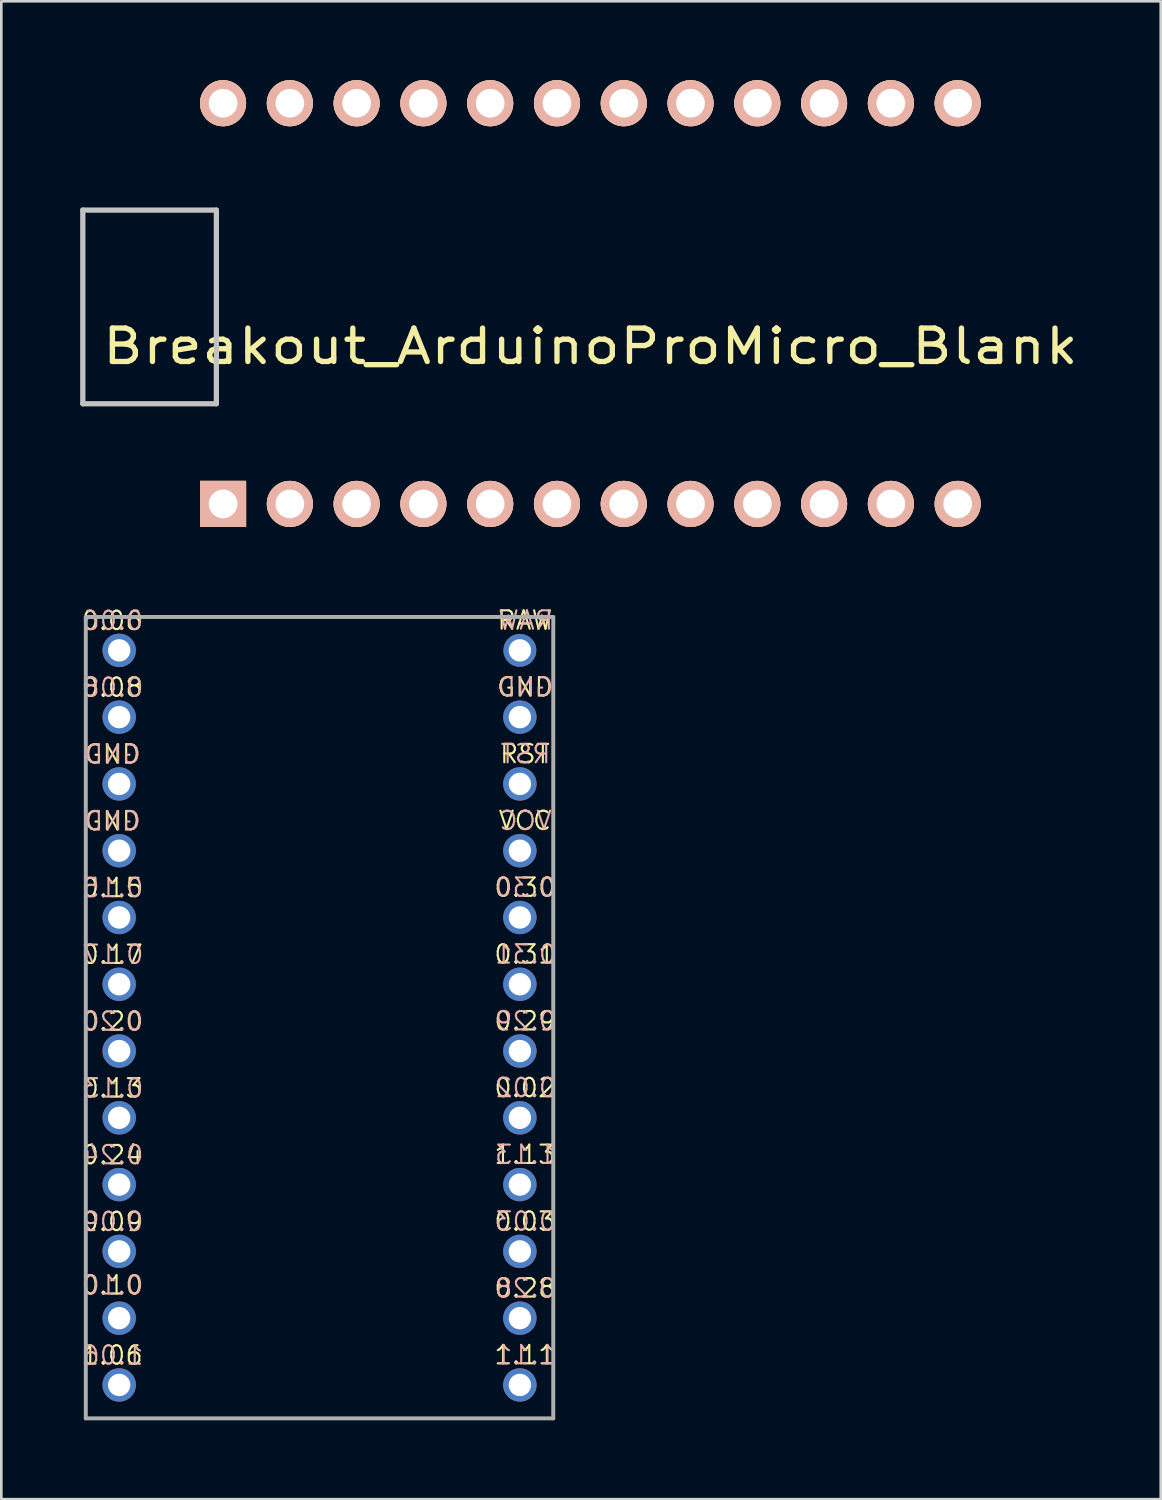
<source format=kicad_pcb>
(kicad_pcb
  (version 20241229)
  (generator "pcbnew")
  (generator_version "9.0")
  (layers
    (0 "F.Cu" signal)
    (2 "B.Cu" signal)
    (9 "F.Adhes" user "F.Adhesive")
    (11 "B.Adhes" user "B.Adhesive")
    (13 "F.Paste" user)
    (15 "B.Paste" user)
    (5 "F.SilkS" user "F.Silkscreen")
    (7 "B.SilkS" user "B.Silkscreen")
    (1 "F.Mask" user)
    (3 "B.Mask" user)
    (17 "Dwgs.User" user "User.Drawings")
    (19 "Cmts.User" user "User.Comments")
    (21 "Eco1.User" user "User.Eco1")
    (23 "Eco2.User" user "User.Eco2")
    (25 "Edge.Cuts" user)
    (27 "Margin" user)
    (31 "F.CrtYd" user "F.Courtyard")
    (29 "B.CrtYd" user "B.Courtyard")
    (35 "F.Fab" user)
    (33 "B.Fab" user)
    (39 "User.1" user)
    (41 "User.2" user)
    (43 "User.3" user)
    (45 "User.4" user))
  (footprint "Breakout_ArduinoProMicro_Small"
    (layer "F.Cu")
    (at 9.103 35.656)
    (property "Reference" "Breakout_ArduinoProMicro_Small" (at 0 11.303 0) (layer "Eco1.User") (effects (font (size 0.7 0.7) (thickness 0.08))))
    (attr through_hole)
    (fp_line (start -8.89 -15.24) (end 8.89 -15.24) (stroke (width 0.15) (type solid)) (layer "F.Fab"))
    (fp_line (start -8.89 15.24) (end -8.89 -15.24) (stroke (width 0.15) (type solid)) (layer "F.Fab"))
    (fp_line (start 8.89 -15.24) (end 8.89 15.24) (stroke (width 0.15) (type solid)) (layer "F.Fab"))
    (fp_line (start 8.89 15.24) (end -8.89 15.24) (stroke (width 0.15) (type solid)) (layer "F.Fab"))
    (fp_text user "1.13" (at 7.811 5.207 0) (layer "F.SilkS") (effects (font (size 0.7 0.7) (thickness 0.08))))
    (fp_text user "GND" (at 7.811 -12.573 0) (layer "F.SilkS") (effects (font (size 0.7 0.7) (thickness 0.08))))
    (fp_text user "0.02" (at 7.811 2.667 0) (layer "F.SilkS") (effects (font (size 0.7 0.7) (thickness 0.08))))
    (fp_text user "0.30" (at 7.811 -4.953 0) (layer "F.SilkS") (effects (font (size 0.7 0.7) (thickness 0.08))))
    (fp_text user "0.17" (at -7.887 -2.4 0) (layer "F.SilkS") (effects (font (size 0.7 0.7) (thickness 0.08))))
    (fp_text user "0.03" (at 7.811 7.747 180) (layer "F.SilkS") (effects (font (size 0.7 0.7) (thickness 0.08))))
    (fp_text user "1.06" (at -7.887 12.84 0) (layer "F.SilkS") (effects (font (size 0.7 0.7) (thickness 0.08))))
    (fp_text user "0.24" (at -7.887 5.22 180) (layer "F.SilkS") (effects (font (size 0.7 0.7) (thickness 0.08))))
    (fp_text user "0.29" (at 7.811 0.127 0) (layer "F.SilkS") (effects (font (size 0.7 0.7) (thickness 0.08))))
    (fp_text user "GND" (at -7.887 -7.48 180) (layer "F.SilkS") (effects (font (size 0.7 0.7) (thickness 0.08))))
    (fp_text user "0.28" (at 7.811 10.287 0) (layer "F.SilkS") (effects (font (size 0.7 0.7) (thickness 0.08))))
    (fp_text user "0.20" (at -7.887 0.14 180) (layer "F.SilkS") (effects (font (size 0.7 0.7) (thickness 0.08))))
    (fp_text user "0.06" (at -7.887 -15.1 0) (layer "F.SilkS") (effects (font (size 0.7 0.7) (thickness 0.08))))
    (fp_text user "0.13" (at -7.887 2.68 0) (layer "F.SilkS") (effects (font (size 0.7 0.7) (thickness 0.08))))
    (fp_text user "0.08" (at -7.887 -12.56 180) (layer "F.SilkS") (effects (font (size 0.7 0.7) (thickness 0.08))))
    (fp_text user "0.31" (at 7.811 -2.413 0) (layer "F.SilkS") (effects (font (size 0.7 0.7) (thickness 0.08))))
    (fp_text user "GND" (at -7.887 -10.02 180) (layer "F.SilkS") (effects (font (size 0.7 0.7) (thickness 0.08))))
    (fp_text user "RAW" (at 7.811 -15.113 0) (layer "F.SilkS") (effects (font (size 0.7 0.7) (thickness 0.08))))
    (fp_text user "0.10" (at -7.887 10.173 180) (layer "F.SilkS") (effects (font (size 0.7 0.7) (thickness 0.08))))
    (fp_text user "1.11" (at 7.811 12.827 0) (layer "F.SilkS") (effects (font (size 0.7 0.7) (thickness 0.08))))
    (fp_text user "VCC" (at 7.811 -7.493 0) (layer "F.SilkS") (effects (font (size 0.7 0.7) (thickness 0.08))))
    (fp_text user "RST" (at 7.811 -10.033 180) (layer "F.SilkS") (effects (font (size 0.7 0.7) (thickness 0.08))))
    (fp_text user "0.15" (at -7.887 -4.94 180) (layer "F.SilkS") (effects (font (size 0.7 0.7) (thickness 0.08))))
    (fp_text user "0.09" (at -7.887 7.76 0) (layer "F.SilkS") (effects (font (size 0.7 0.7) (thickness 0.08))))
    (fp_text user "0.17" (at -7.861 -2.4 0) (layer "B.SilkS") (effects (font (size 0.7 0.7) (thickness 0.08)) (justify mirror)))
    (fp_text user "1.06" (at -7.861 12.84 0) (layer "B.SilkS") (effects (font (size 0.7 0.7) (thickness 0.08)) (justify mirror)))
    (fp_text user "0.03" (at 7.838 7.747 180) (layer "B.SilkS") (effects (font (size 0.7 0.7) (thickness 0.08)) (justify mirror)))
    (fp_text user "0.20" (at -7.861 0.14 180) (layer "B.SilkS") (effects (font (size 0.7 0.7) (thickness 0.08)) (justify mirror)))
    (fp_text user "RST" (at 7.838 -10.033 180) (layer "B.SilkS") (effects (font (size 0.7 0.7) (thickness 0.08)) (justify mirror)))
    (fp_text user "0.29" (at 7.838 0.127 0) (layer "B.SilkS") (effects (font (size 0.7 0.7) (thickness 0.08)) (justify mirror)))
    (fp_text user "0.30" (at 7.838 -4.953 0) (layer "B.SilkS") (effects (font (size 0.7 0.7) (thickness 0.08)) (justify mirror)))
    (fp_text user "0.08" (at -7.861 -12.56 180) (layer "B.SilkS") (effects (font (size 0.7 0.7) (thickness 0.08)) (justify mirror)))
    (fp_text user "0.13" (at -7.861 2.68 0) (layer "B.SilkS") (effects (font (size 0.7 0.7) (thickness 0.08)) (justify mirror)))
    (fp_text user "GND" (at -7.861 -10.02 180) (layer "B.SilkS") (effects (font (size 0.7 0.7) (thickness 0.08)) (justify mirror)))
    (fp_text user "0.24" (at -7.861 5.22 180) (layer "B.SilkS") (effects (font (size 0.7 0.7) (thickness 0.08)) (justify mirror)))
    (fp_text user "0.28" (at 7.838 10.287 0) (layer "B.SilkS") (effects (font (size 0.7 0.7) (thickness 0.08)) (justify mirror)))
    (fp_text user "VCC" (at 7.838 -7.493 0) (layer "B.SilkS") (effects (font (size 0.7 0.7) (thickness 0.08)) (justify mirror)))
    (fp_text user "0.10" (at -7.861 10.173 180) (layer "B.SilkS") (effects (font (size 0.7 0.7) (thickness 0.08)) (justify mirror)))
    (fp_text user "RAW" (at 7.838 -15.113 0) (layer "B.SilkS") (effects (font (size 0.7 0.7) (thickness 0.08)) (justify mirror)))
    (fp_text user "0.31" (at 7.838 -2.413 0) (layer "B.SilkS") (effects (font (size 0.7 0.7) (thickness 0.08)) (justify mirror)))
    (fp_text user "1.11" (at 7.838 12.827 0) (layer "B.SilkS") (effects (font (size 0.7 0.7) (thickness 0.08)) (justify mirror)))
    (fp_text user "0.09" (at -7.861 7.76 0) (layer "B.SilkS") (effects (font (size 0.7 0.7) (thickness 0.08)) (justify mirror)))
    (fp_text user "0.02" (at 7.838 2.667 0) (layer "B.SilkS") (effects (font (size 0.7 0.7) (thickness 0.08)) (justify mirror)))
    (fp_text user "0.15" (at -7.861 -4.94 180) (layer "B.SilkS") (effects (font (size 0.7 0.7) (thickness 0.08)) (justify mirror)))
    (fp_text user "1.13" (at 7.838 5.207 0) (layer "B.SilkS") (effects (font (size 0.7 0.7) (thickness 0.08)) (justify mirror)))
    (fp_text user "0.06" (at -7.861 -15.1 0) (layer "B.SilkS") (effects (font (size 0.7 0.7) (thickness 0.08)) (justify mirror)))
    (fp_text user "GND" (at -7.861 -7.48 180) (layer "B.SilkS") (effects (font (size 0.7 0.7) (thickness 0.08)) (justify mirror)))
    (fp_text user "GND" (at 7.838 -12.573 0) (layer "B.SilkS") (effects (font (size 0.7 0.7) (thickness 0.08)) (justify mirror)))
    (pad "1" thru_hole circle (at 7.62 -13.97 270) (size 1.25 1.25) (drill 0.85) (layers "*.Cu" "*.Mask"))
    (pad "2" thru_hole circle (at 7.62 -11.43 270) (size 1.27 1.27) (drill 0.85) (layers "*.Cu" "*.Mask"))
    (pad "3" thru_hole circle (at 7.62 -8.89 270) (size 1.27 1.27) (drill 0.85) (layers "*.Cu" "*.Mask"))
    (pad "4" thru_hole circle (at 7.62 -6.35 270) (size 1.27 1.27) (drill 0.85) (layers "*.Cu" "*.Mask"))
    (pad "5" thru_hole circle (at 7.62 -3.81 270) (size 1.27 1.27) (drill 0.85) (layers "*.Cu" "*.Mask"))
    (pad "6" thru_hole circle (at 7.62 -1.27 270) (size 1.27 1.27) (drill 0.85) (layers "*.Cu" "*.Mask"))
    (pad "7" thru_hole circle (at 7.62 1.27 270) (size 1.27 1.27) (drill 0.85) (layers "*.Cu" "*.Mask"))
    (pad "8" thru_hole circle (at 7.62 3.81 270) (size 1.27 1.27) (drill 0.85) (layers "*.Cu" "*.Mask"))
    (pad "9" thru_hole circle (at 7.62 6.35 270) (size 1.27 1.27) (drill 0.85) (layers "*.Cu" "*.Mask"))
    (pad "10" thru_hole circle (at 7.62 8.89 270) (size 1.27 1.27) (drill 0.85) (layers "*.Cu" "*.Mask"))
    (pad "11" thru_hole circle (at 7.62 11.43 270) (size 1.27 1.27) (drill 0.85) (layers "*.Cu" "*.Mask"))
    (pad "12" thru_hole circle (at 7.62 13.97 270) (size 1.27 1.27) (drill 0.85) (layers "*.Cu" "*.Mask"))
    (pad "13" thru_hole circle (at -7.62 -13.97 270) (size 1.27 1.27) (drill 0.85) (layers "*.Cu" "*.Mask"))
    (pad "14" thru_hole circle (at -7.62 -11.43 270) (size 1.27 1.27) (drill 0.85) (layers "*.Cu" "*.Mask"))
    (pad "15" thru_hole circle (at -7.62 -8.89 270) (size 1.27 1.27) (drill 0.85) (layers "*.Cu" "*.Mask"))
    (pad "16" thru_hole circle (at -7.62 -6.35 270) (size 1.27 1.27) (drill 0.85) (layers "*.Cu" "*.Mask"))
    (pad "17" thru_hole circle (at -7.62 -3.81 270) (size 1.27 1.27) (drill 0.85) (layers "*.Cu" "*.Mask"))
    (pad "18" thru_hole circle (at -7.62 -1.27 270) (size 1.27 1.27) (drill 0.85) (layers "*.Cu" "*.Mask"))
    (pad "19" thru_hole circle (at -7.62 1.27 270) (size 1.27 1.27) (drill 0.85) (layers "*.Cu" "*.Mask"))
    (pad "20" thru_hole circle (at -7.62 3.81 270) (size 1.27 1.27) (drill 0.85) (layers "*.Cu" "*.Mask"))
    (pad "21" thru_hole circle (at -7.62 6.35 270) (size 1.27 1.27) (drill 0.85) (layers "*.Cu" "*.Mask"))
    (pad "22" thru_hole circle (at -7.62 8.89 270) (size 1.27 1.27) (drill 0.85) (layers "*.Cu" "*.Mask"))
    (pad "23" thru_hole circle (at -7.62 11.43 270) (size 1.27 1.27) (drill 0.85) (layers "*.Cu" "*.Mask"))
    (pad "24" thru_hole circle (at -7.62 13.97 270) (size 1.27 1.27) (drill 0.85) (layers "*.Cu" "*.Mask")))
  (footprint "Breakout_ArduinoProMicro_Blank"
    (layer "F.Cu")
    (at 19.404 8.496)
    (property "Reference" "Breakout_ArduinoProMicro_Blank" (at 0 1.625 0) (layer "F.SilkS") (effects (font (size 1.27 1.524) (thickness 0.203))))
    (attr through_hole)
    (fp_line (start -19.304 -3.556) (end -14.224 -3.556) (stroke (width 0.2) (type solid)) (layer "Dwgs.User"))
    (fp_line (start -19.304 3.81) (end -19.304 -3.556) (stroke (width 0.2) (type solid)) (layer "Dwgs.User"))
    (fp_line (start -14.224 -3.556) (end -14.224 3.81) (stroke (width 0.2) (type solid)) (layer "Dwgs.User"))
    (fp_line (start -14.224 3.81) (end -19.304 3.81) (stroke (width 0.2) (type solid)) (layer "Dwgs.User"))
    (pad "1" thru_hole rect (at -13.97 7.62) (size 1.753 1.753) (drill 1.092) (layers "*.Cu" "*.SilkS" "*.Mask"))
    (pad "2" thru_hole circle (at -11.43 7.62) (size 1.753 1.753) (drill 1.092) (layers "*.Cu" "*.SilkS" "*.Mask"))
    (pad "3" thru_hole circle (at -8.89 7.62) (size 1.753 1.753) (drill 1.092) (layers "*.Cu" "*.SilkS" "*.Mask"))
    (pad "4" thru_hole circle (at -6.35 7.62) (size 1.753 1.753) (drill 1.092) (layers "*.Cu" "*.SilkS" "*.Mask"))
    (pad "5" thru_hole circle (at -3.81 7.62) (size 1.753 1.753) (drill 1.092) (layers "*.Cu" "*.SilkS" "*.Mask"))
    (pad "6" thru_hole circle (at -1.27 7.62) (size 1.753 1.753) (drill 1.092) (layers "*.Cu" "*.SilkS" "*.Mask"))
    (pad "7" thru_hole circle (at 1.27 7.62) (size 1.753 1.753) (drill 1.092) (layers "*.Cu" "*.SilkS" "*.Mask"))
    (pad "8" thru_hole circle (at 3.81 7.62) (size 1.753 1.753) (drill 1.092) (layers "*.Cu" "*.SilkS" "*.Mask"))
    (pad "9" thru_hole circle (at 6.35 7.62) (size 1.753 1.753) (drill 1.092) (layers "*.Cu" "*.SilkS" "*.Mask"))
    (pad "10" thru_hole circle (at 8.89 7.62) (size 1.753 1.753) (drill 1.092) (layers "*.Cu" "*.SilkS" "*.Mask"))
    (pad "11" thru_hole circle (at 11.43 7.62) (size 1.753 1.753) (drill 1.092) (layers "*.Cu" "*.SilkS" "*.Mask"))
    (pad "12" thru_hole circle (at 13.97 7.62) (size 1.753 1.753) (drill 1.092) (layers "*.Cu" "*.SilkS" "*.Mask"))
    (pad "13" thru_hole circle (at 13.97 -7.62) (size 1.753 1.753) (drill 1.092) (layers "*.Cu" "*.SilkS" "*.Mask"))
    (pad "14" thru_hole circle (at 11.43 -7.62) (size 1.753 1.753) (drill 1.092) (layers "*.Cu" "*.SilkS" "*.Mask"))
    (pad "15" thru_hole circle (at 8.89 -7.62) (size 1.753 1.753) (drill 1.092) (layers "*.Cu" "*.SilkS" "*.Mask"))
    (pad "16" thru_hole circle (at 6.35 -7.62) (size 1.753 1.753) (drill 1.092) (layers "*.Cu" "*.SilkS" "*.Mask"))
    (pad "17" thru_hole circle (at 3.81 -7.62) (size 1.753 1.753) (drill 1.092) (layers "*.Cu" "*.SilkS" "*.Mask"))
    (pad "18" thru_hole circle (at 1.27 -7.62) (size 1.753 1.753) (drill 1.092) (layers "*.Cu" "*.SilkS" "*.Mask"))
    (pad "19" thru_hole circle (at -1.27 -7.62) (size 1.753 1.753) (drill 1.092) (layers "*.Cu" "*.SilkS" "*.Mask"))
    (pad "20" thru_hole circle (at -3.81 -7.62) (size 1.753 1.753) (drill 1.092) (layers "*.Cu" "*.SilkS" "*.Mask"))
    (pad "21" thru_hole circle (at -6.35 -7.62) (size 1.753 1.753) (drill 1.092) (layers "*.Cu" "*.SilkS" "*.Mask"))
    (pad "22" thru_hole circle (at -8.89 -7.62) (size 1.753 1.753) (drill 1.092) (layers "*.Cu" "*.SilkS" "*.Mask"))
    (pad "23" thru_hole circle (at -11.43 -7.62) (size 1.753 1.753) (drill 1.092) (layers "*.Cu" "*.SilkS" "*.Mask"))
    (pad "24" thru_hole circle (at -13.97 -7.62) (size 1.753 1.753) (drill 1.092) (layers "*.Cu" "*.SilkS" "*.Mask")))
  (gr_rect
    (start -3 -3)
    (end 41.098 53.971)
    (stroke (width 0.1) (type default))
    (fill no)
    (layer "Edge.Cuts")))
</source>
